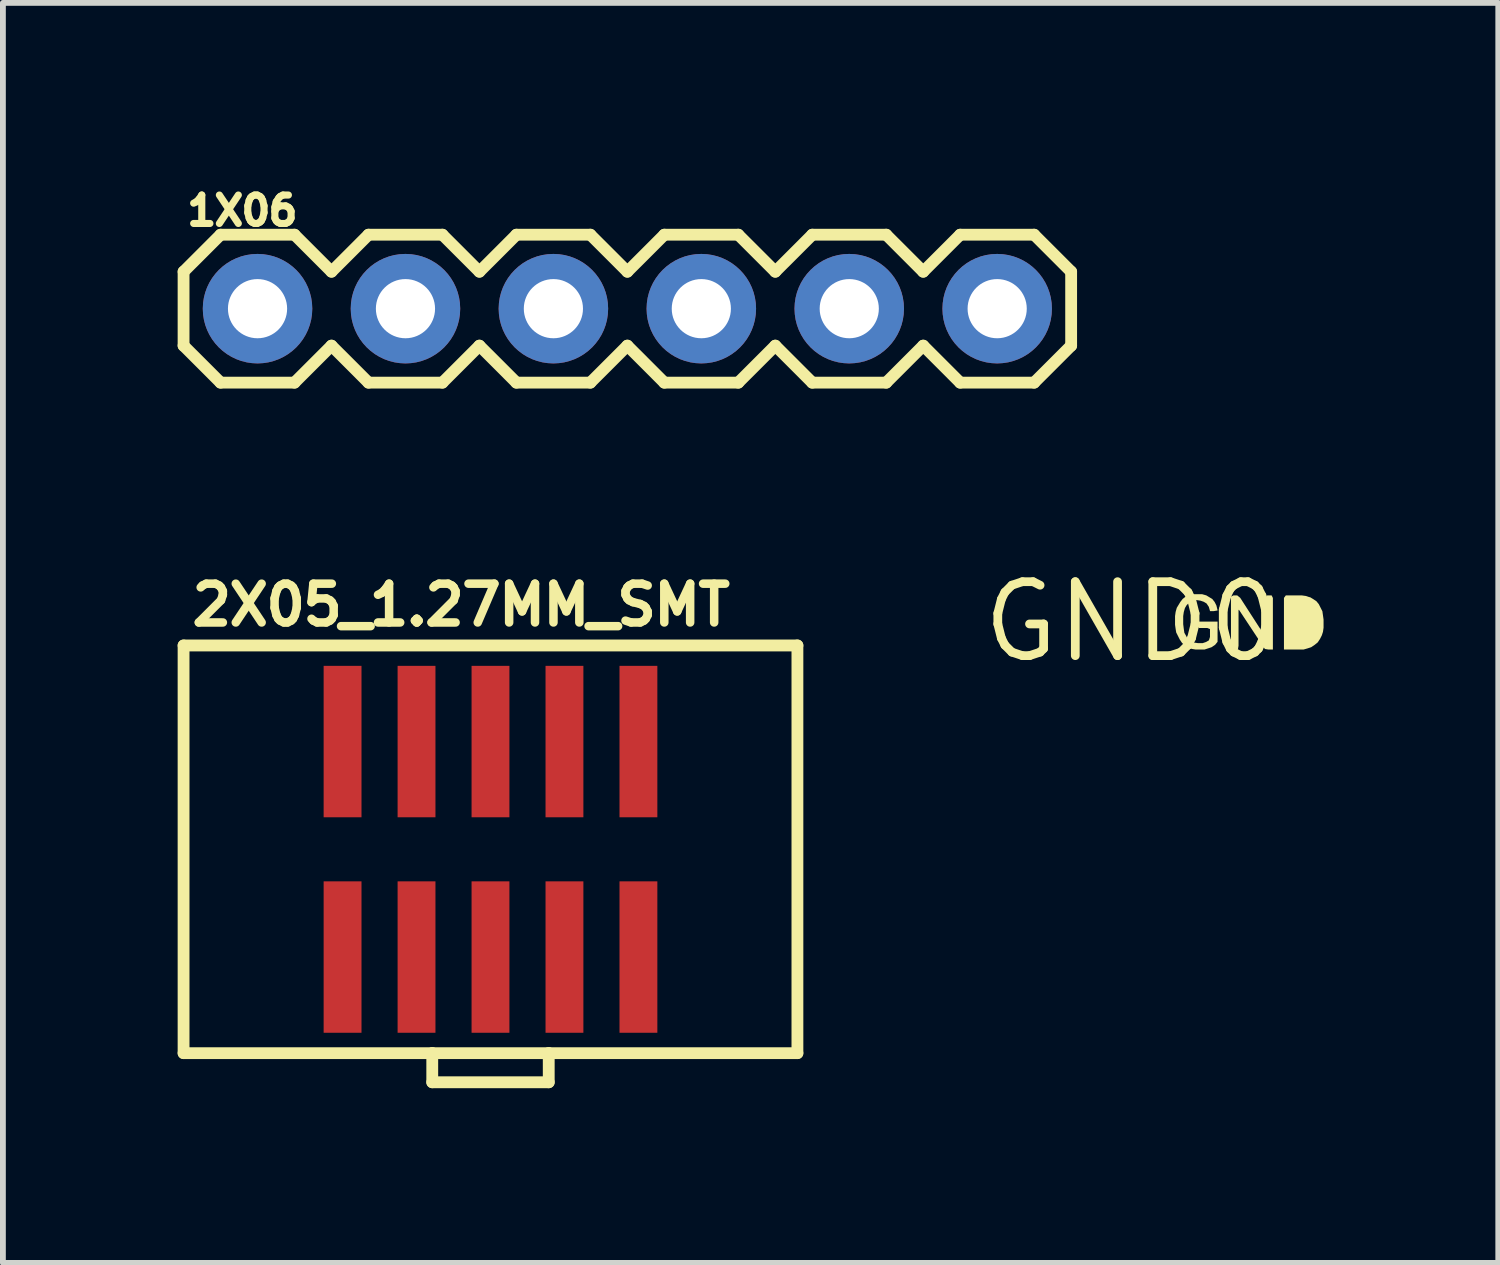
<source format=kicad_pcb>
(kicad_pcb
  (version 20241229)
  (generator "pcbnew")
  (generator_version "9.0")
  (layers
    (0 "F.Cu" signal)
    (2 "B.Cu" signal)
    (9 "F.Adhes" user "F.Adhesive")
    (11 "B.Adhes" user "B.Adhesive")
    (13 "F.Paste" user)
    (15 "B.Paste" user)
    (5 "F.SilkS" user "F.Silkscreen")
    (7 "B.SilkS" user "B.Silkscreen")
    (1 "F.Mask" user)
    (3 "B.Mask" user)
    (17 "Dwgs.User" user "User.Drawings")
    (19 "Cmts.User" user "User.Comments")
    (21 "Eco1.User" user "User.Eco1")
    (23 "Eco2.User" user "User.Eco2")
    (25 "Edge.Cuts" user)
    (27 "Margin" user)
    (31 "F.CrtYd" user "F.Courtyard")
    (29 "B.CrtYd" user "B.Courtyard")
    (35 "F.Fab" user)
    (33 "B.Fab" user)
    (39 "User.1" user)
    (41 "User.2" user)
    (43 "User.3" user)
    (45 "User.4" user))
  (footprint "1X06"
    (layer "F.Cu")
    (at 1.372 2.25)
    (property "Reference" "1X06" (at -1.27 -1.397 0) (layer "F.SilkS") (effects (font (size 0.488 0.488) (thickness 0.122)) (justify left bottom)))
    (fp_line (start -1.27 -0.635) (end -1.27 0.635) (stroke (width 0.203) (type solid)) (layer "F.SilkS"))
    (fp_line (start -1.27 0.635) (end -0.635 1.27) (stroke (width 0.203) (type solid)) (layer "F.SilkS"))
    (fp_line (start -0.635 -1.27) (end -1.27 -0.635) (stroke (width 0.203) (type solid)) (layer "F.SilkS"))
    (fp_line (start -0.635 -1.27) (end 0.635 -1.27) (stroke (width 0.203) (type solid)) (layer "F.SilkS"))
    (fp_line (start 0.635 -1.27) (end 1.27 -0.635) (stroke (width 0.203) (type solid)) (layer "F.SilkS"))
    (fp_line (start 0.635 1.27) (end -0.635 1.27) (stroke (width 0.203) (type solid)) (layer "F.SilkS"))
    (fp_line (start 1.27 -0.635) (end 1.905 -1.27) (stroke (width 0.203) (type solid)) (layer "F.SilkS"))
    (fp_line (start 1.27 0.635) (end 0.635 1.27) (stroke (width 0.203) (type solid)) (layer "F.SilkS"))
    (fp_line (start 1.905 -1.27) (end 3.175 -1.27) (stroke (width 0.203) (type solid)) (layer "F.SilkS"))
    (fp_line (start 1.905 1.27) (end 1.27 0.635) (stroke (width 0.203) (type solid)) (layer "F.SilkS"))
    (fp_line (start 3.175 -1.27) (end 3.81 -0.635) (stroke (width 0.203) (type solid)) (layer "F.SilkS"))
    (fp_line (start 3.175 1.27) (end 1.905 1.27) (stroke (width 0.203) (type solid)) (layer "F.SilkS"))
    (fp_line (start 3.81 -0.635) (end 4.445 -1.27) (stroke (width 0.203) (type solid)) (layer "F.SilkS"))
    (fp_line (start 3.81 0.635) (end 3.175 1.27) (stroke (width 0.203) (type solid)) (layer "F.SilkS"))
    (fp_line (start 4.445 -1.27) (end 5.715 -1.27) (stroke (width 0.203) (type solid)) (layer "F.SilkS"))
    (fp_line (start 4.445 1.27) (end 3.81 0.635) (stroke (width 0.203) (type solid)) (layer "F.SilkS"))
    (fp_line (start 5.715 -1.27) (end 6.35 -0.635) (stroke (width 0.203) (type solid)) (layer "F.SilkS"))
    (fp_line (start 5.715 1.27) (end 4.445 1.27) (stroke (width 0.203) (type solid)) (layer "F.SilkS"))
    (fp_line (start 6.35 0.635) (end 5.715 1.27) (stroke (width 0.203) (type solid)) (layer "F.SilkS"))
    (fp_line (start 6.35 0.635) (end 6.985 1.27) (stroke (width 0.203) (type solid)) (layer "F.SilkS"))
    (fp_line (start 6.985 -1.27) (end 6.35 -0.635) (stroke (width 0.203) (type solid)) (layer "F.SilkS"))
    (fp_line (start 6.985 -1.27) (end 8.255 -1.27) (stroke (width 0.203) (type solid)) (layer "F.SilkS"))
    (fp_line (start 8.255 -1.27) (end 8.89 -0.635) (stroke (width 0.203) (type solid)) (layer "F.SilkS"))
    (fp_line (start 8.255 1.27) (end 6.985 1.27) (stroke (width 0.203) (type solid)) (layer "F.SilkS"))
    (fp_line (start 8.89 -0.635) (end 9.525 -1.27) (stroke (width 0.203) (type solid)) (layer "F.SilkS"))
    (fp_line (start 8.89 0.635) (end 8.255 1.27) (stroke (width 0.203) (type solid)) (layer "F.SilkS"))
    (fp_line (start 9.525 -1.27) (end 10.795 -1.27) (stroke (width 0.203) (type solid)) (layer "F.SilkS"))
    (fp_line (start 9.525 1.27) (end 8.89 0.635) (stroke (width 0.203) (type solid)) (layer "F.SilkS"))
    (fp_line (start 10.795 -1.27) (end 11.43 -0.635) (stroke (width 0.203) (type solid)) (layer "F.SilkS"))
    (fp_line (start 10.795 1.27) (end 9.525 1.27) (stroke (width 0.203) (type solid)) (layer "F.SilkS"))
    (fp_line (start 11.43 -0.635) (end 12.065 -1.27) (stroke (width 0.203) (type solid)) (layer "F.SilkS"))
    (fp_line (start 11.43 0.635) (end 10.795 1.27) (stroke (width 0.203) (type solid)) (layer "F.SilkS"))
    (fp_line (start 12.065 -1.27) (end 13.335 -1.27) (stroke (width 0.203) (type solid)) (layer "F.SilkS"))
    (fp_line (start 12.065 1.27) (end 11.43 0.635) (stroke (width 0.203) (type solid)) (layer "F.SilkS"))
    (fp_line (start 13.335 -1.27) (end 13.97 -0.635) (stroke (width 0.203) (type solid)) (layer "F.SilkS"))
    (fp_line (start 13.335 1.27) (end 12.065 1.27) (stroke (width 0.203) (type solid)) (layer "F.SilkS"))
    (fp_line (start 13.97 -0.635) (end 13.97 0.635) (stroke (width 0.203) (type solid)) (layer "F.SilkS"))
    (fp_line (start 13.97 0.635) (end 13.335 1.27) (stroke (width 0.203) (type solid)) (layer "F.SilkS"))
    (fp_poly (pts (xy -0.254 0.254) (xy 0.254 0.254) (xy 0.254 -0.254) (xy -0.254 -0.254)) (stroke (width 0.1) (type solid)) (fill no) (layer "F.Fab"))
    (fp_poly (pts (xy 2.286 0.254) (xy 2.794 0.254) (xy 2.794 -0.254) (xy 2.286 -0.254)) (stroke (width 0.1) (type solid)) (fill no) (layer "F.Fab"))
    (fp_poly (pts (xy 4.826 0.254) (xy 5.334 0.254) (xy 5.334 -0.254) (xy 4.826 -0.254)) (stroke (width 0.1) (type solid)) (fill no) (layer "F.Fab"))
    (fp_poly (pts (xy 7.366 0.254) (xy 7.874 0.254) (xy 7.874 -0.254) (xy 7.366 -0.254)) (stroke (width 0.1) (type solid)) (fill no) (layer "F.Fab"))
    (fp_poly (pts (xy 9.906 0.254) (xy 10.414 0.254) (xy 10.414 -0.254) (xy 9.906 -0.254)) (stroke (width 0.1) (type solid)) (fill no) (layer "F.Fab"))
    (fp_poly (pts (xy 12.446 0.254) (xy 12.954 0.254) (xy 12.954 -0.254) (xy 12.446 -0.254)) (stroke (width 0.1) (type solid)) (fill no) (layer "F.Fab"))
    (pad "1" thru_hole circle (at 0 0 90) (size 1.88 1.88) (drill 1.016) (layers "*.Cu" "*.Mask"))
    (pad "2" thru_hole circle (at 2.54 0 90) (size 1.88 1.88) (drill 1.016) (layers "*.Cu" "*.Mask"))
    (pad "3" thru_hole circle (at 5.08 0 90) (size 1.88 1.88) (drill 1.016) (layers "*.Cu" "*.Mask"))
    (pad "4" thru_hole circle (at 7.62 0 90) (size 1.88 1.88) (drill 1.016) (layers "*.Cu" "*.Mask"))
    (pad "5" thru_hole circle (at 10.16 0 90) (size 1.88 1.88) (drill 1.016) (layers "*.Cu" "*.Mask"))
    (pad "6" thru_hole circle (at 12.7 0 90) (size 1.88 1.88) (drill 1.016) (layers "*.Cu" "*.Mask")))
  (footprint "2X05_1.27MM_SMT"
    (layer "F.Cu")
    (at 5.372 11.533)
    (property "Reference" "2X05_1.27MM_SMT" (at -5.199 -3.806 0) (layer "F.SilkS") (effects (font (size 0.666 0.666) (thickness 0.146)) (justify left bottom)))
    (fp_line (start -5.27 -3.5) (end 5.27 -3.5) (stroke (width 0.203) (type solid)) (layer "F.SilkS"))
    (fp_line (start -5.27 3.5) (end -5.27 -3.5) (stroke (width 0.203) (type solid)) (layer "F.SilkS"))
    (fp_line (start -1 3.5) (end -5.27 3.5) (stroke (width 0.203) (type solid)) (layer "F.SilkS"))
    (fp_line (start -1 3.5) (end -1 4) (stroke (width 0.203) (type solid)) (layer "F.SilkS"))
    (fp_line (start -1 4) (end 1 4) (stroke (width 0.203) (type solid)) (layer "F.SilkS"))
    (fp_line (start 1 3.5) (end -1 3.5) (stroke (width 0.203) (type solid)) (layer "F.SilkS"))
    (fp_line (start 1 4) (end 1 3.5) (stroke (width 0.203) (type solid)) (layer "F.SilkS"))
    (fp_line (start 5.27 -3.5) (end 5.27 3.5) (stroke (width 0.203) (type solid)) (layer "F.SilkS"))
    (fp_line (start 5.27 3.5) (end 1 3.5) (stroke (width 0.203) (type solid)) (layer "F.SilkS"))
    (pad "1" smd rect (at -2.54 1.85) (size 0.65 2.6) (layers "F.Cu" "F.Mask" "F.Paste"))
    (pad "2" smd rect (at -2.54 -1.85) (size 0.65 2.6) (layers "F.Cu" "F.Mask" "F.Paste"))
    (pad "3" smd rect (at -1.27 1.85) (size 0.65 2.6) (layers "F.Cu" "F.Mask" "F.Paste"))
    (pad "4" smd rect (at -1.27 -1.85) (size 0.65 2.6) (layers "F.Cu" "F.Mask" "F.Paste"))
    (pad "5" smd rect (at 0 1.85) (size 0.65 2.6) (layers "F.Cu" "F.Mask" "F.Paste"))
    (pad "6" smd rect (at 0 -1.85) (size 0.65 2.6) (layers "F.Cu" "F.Mask" "F.Paste"))
    (pad "7" smd rect (at 1.27 1.85) (size 0.65 2.6) (layers "F.Cu" "F.Mask" "F.Paste"))
    (pad "8" smd rect (at 1.27 -1.85) (size 0.65 2.6) (layers "F.Cu" "F.Mask" "F.Paste"))
    (pad "9" smd rect (at 2.54 1.85) (size 0.65 2.6) (layers "F.Cu" "F.Mask" "F.Paste"))
    (pad "10" smd rect (at 2.54 -1.85) (size 0.65 2.6) (layers "F.Cu" "F.Mask" "F.Paste")))
  (footprint "GND0"
    (layer "F.Cu")
    (at 16.381 7.628)
    (property "Reference" "GND0" (at 0 0 0) (layer "F.SilkS") (effects (font (size 1.27 1.27) (thickness 0.15))))
    (fp_poly (pts (xy 1.864 -0.413) (xy 2.264 0.207) (xy 2.295 0.246) (xy 2.295 -0.422) (xy 2.328 -0.455) (xy 2.403 -0.455) (xy 2.425 -0.411) (xy 2.425 0.475) (xy 2.35 0.475) (xy 2.287 0.465) (xy 1.841 -0.21) (xy 1.835 -0.199) (xy 1.835 0.41) (xy 1.824 0.475) (xy 1.749 0.475) (xy 1.705 0.453) (xy 1.705 -0.433) (xy 1.749 -0.455) (xy 1.812 -0.455)) (stroke (width 0) (type solid)) (fill yes) (layer "F.SilkS"))
    (fp_poly (pts (xy 2.991 -0.445) (xy 3.056 -0.423) (xy 3.058 -0.427) (xy 3.113 -0.394) (xy 3.173 -0.354) (xy 3.214 -0.303) (xy 3.275 -0.182) (xy 3.285 -0.111) (xy 3.295 -0.04) (xy 3.295 0.1) (xy 3.285 0.171) (xy 3.265 0.232) (xy 3.234 0.293) (xy 3.194 0.353) (xy 3.143 0.394) (xy 3.082 0.435) (xy 3.021 0.455) (xy 2.951 0.475) (xy 2.615 0.475) (xy 2.615 -0.412) (xy 2.647 -0.455) (xy 2.92 -0.455)) (stroke (width 0) (type solid)) (fill yes) (layer "F.SilkS"))
    (fp_poly (pts (xy 1.282 -0.455) (xy 1.333 -0.424) (xy 1.383 -0.394) (xy 1.424 -0.343) (xy 1.455 -0.282) (xy 1.476 -0.196) (xy 1.41 -0.185) (xy 1.346 -0.185) (xy 1.325 -0.258) (xy 1.286 -0.316) (xy 1.238 -0.345) (xy 1.179 -0.365) (xy 1.11 -0.375) (xy 1.042 -0.365) (xy 0.983 -0.326) (xy 0.944 -0.287) (xy 0.915 -0.238) (xy 0.895 -0.169) (xy 0.885 -0.1) (xy 0.885 0.04) (xy 0.895 0.119) (xy 0.905 0.188) (xy 0.934 0.238) (xy 0.964 0.297) (xy 1.012 0.336) (xy 1.071 0.355) (xy 1.14 0.365) (xy 1.219 0.365) (xy 1.278 0.345) (xy 1.326 0.317) (xy 1.345 0.259) (xy 1.345 0.123) (xy 1.299 0.105) (xy 1.158 0.105) (xy 1.125 0.072) (xy 1.125 -0.005) (xy 1.475 -0.005) (xy 1.475 0.342) (xy 1.433 0.394) (xy 1.372 0.435) (xy 1.312 0.455) (xy 1.251 0.475) (xy 1.1 0.475) (xy 1.039 0.465) (xy 0.968 0.445) (xy 0.917 0.404) (xy 0.866 0.363) (xy 0.826 0.303) (xy 0.765 0.182) (xy 0.755 0.121) (xy 0.745 0.05) (xy 0.745 -0.1) (xy 0.755 -0.171) (xy 0.775 -0.242) (xy 0.806 -0.293) (xy 0.836 -0.343) (xy 0.876 -0.394) (xy 0.927 -0.434) (xy 0.988 -0.465) (xy 1.06 -0.475) (xy 1.211 -0.475)) (stroke (width 0) (type solid)) (fill yes) (layer "F.SilkS")))
  (gr_rect
    (start -3 -3)
    (end 22.676 18.635)
    (stroke (width 0.1) (type default))
    (fill no)
    (layer "Edge.Cuts")))
</source>
